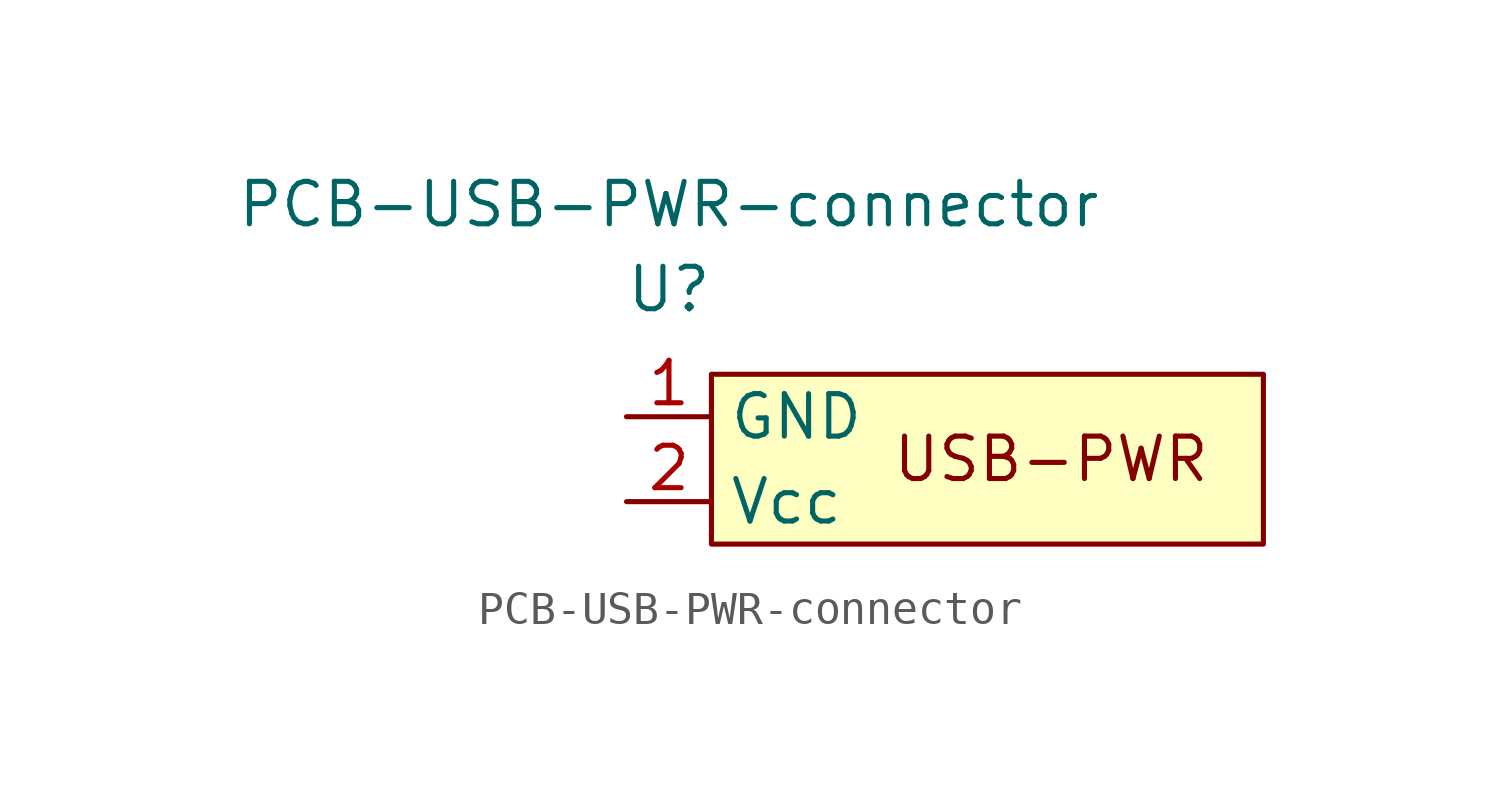
<source format=kicad_sym>
(kicad_symbol_lib
  (version 20211014)
  (generator kicad_symbol_editor)
  (symbol "PCB-USB-PWR-connector"
    (property "Reference" "U"
      (at 0 0 0)
      (effects (font (size 1.27 1.27))))
    (property "Value" "PCB-USB-PWR-connector"
      (at 0 2.54 0)
      (effects (font (size 1.27 1.27))))
    (symbol "PCB-USB-PWR-connector_0_0"
      (text "USB-PWR" (at 11.43 -5.08 0) (effects (font (size 1.27 1.27)))))
    (symbol "PCB-USB-PWR-connector_0_1"
      (rectangle (start 1.27 -2.54) (end 17.78 -7.62) (stroke (width 0) (type default) (color 0 0 0 0)) (fill (type background))))
    (symbol "PCB-USB-PWR-connector_1_1"
      (pin power_out line (at -1.27 -3.81 0) (length 2.54) (name "GND" (effects (font (size 1.27 1.27)))) (number "1" (effects (font (size 1.27 1.27)))))
      (pin power_in line (at -1.27 -6.35 0) (length 2.54) (name "Vcc" (effects (font (size 1.27 1.27)))) (number "2" (effects (font (size 1.27 1.27))))))))
</source>
